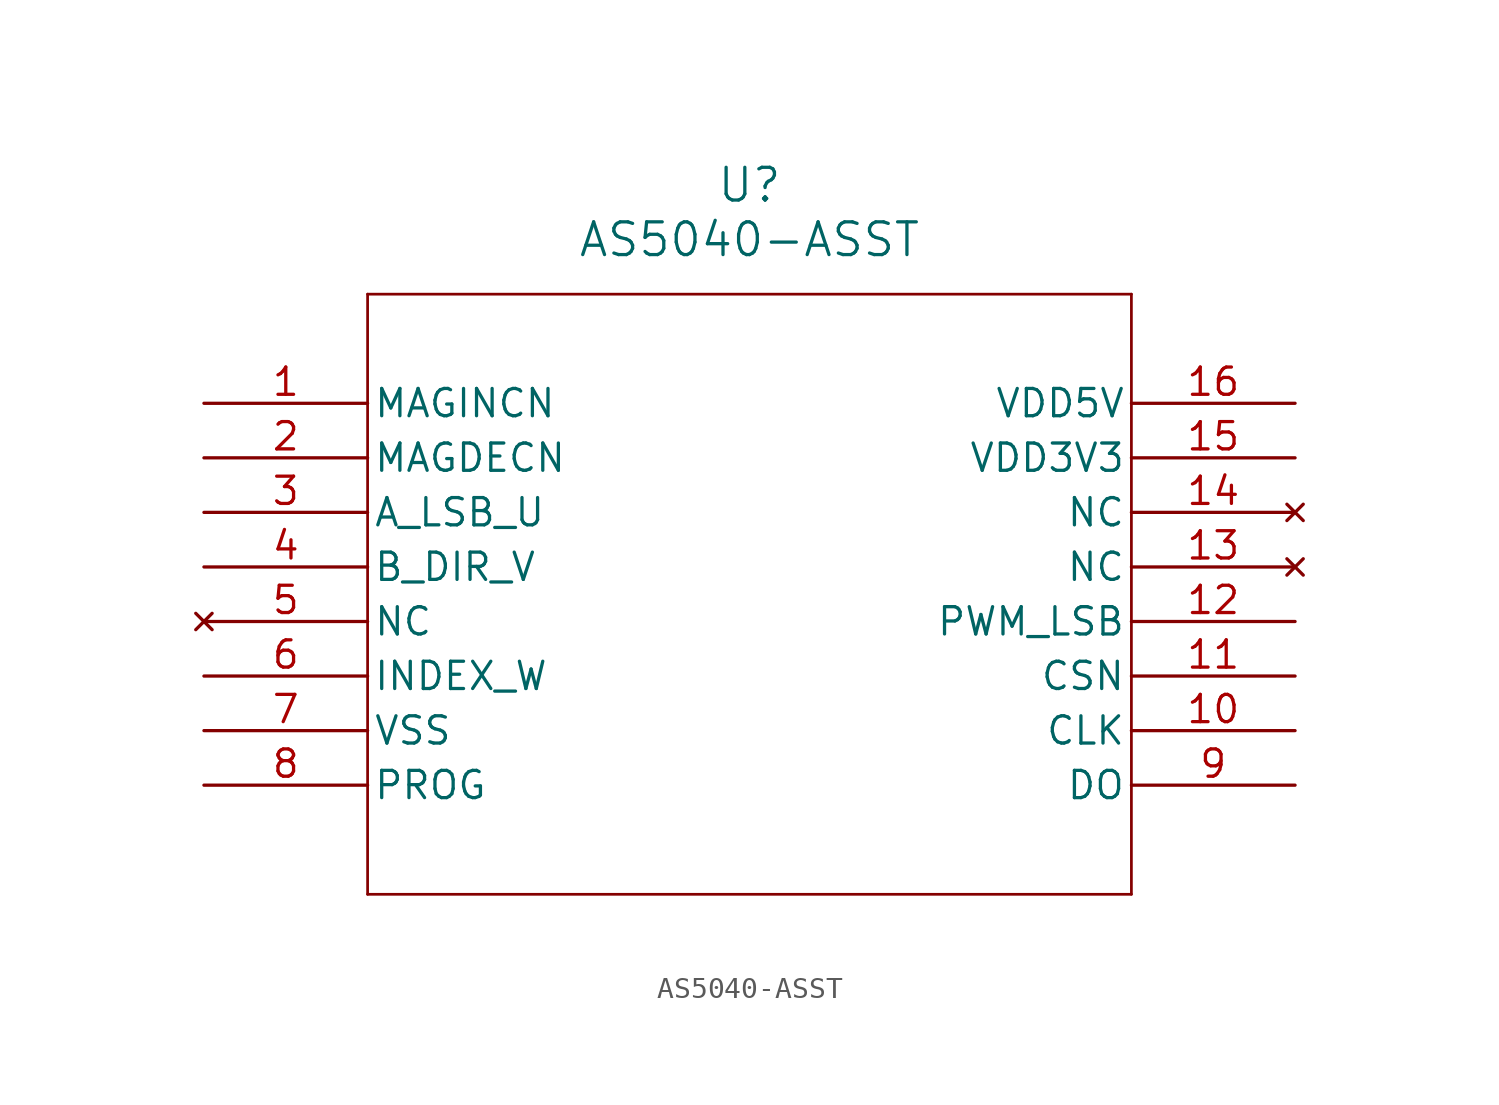
<source format=kicad_sym>
(kicad_symbol_lib
  (version 20241209)
  (generator "kicad_symbol_editor")
  (generator_version "9.0")
  (symbol "AS5040-ASST"
    (pin_names
      (offset 0.254))
    (property "Reference" "U"
      (at 25.4 10.16 0)
      (effects (font (size 1.524 1.524))))
    (property "Value" "AS5040-ASST"
      (at 25.4 7.62 0)
      (effects (font (size 1.524 1.524))))
    (symbol "AS5040-ASST_0_1"
      (polyline (pts (xy 7.62 5.08) (xy 7.62 -22.86)) (stroke (width 0.127) (type default)) (fill (type none)))
      (polyline (pts (xy 7.62 -22.86) (xy 43.18 -22.86)) (stroke (width 0.127) (type default)) (fill (type none)))
      (polyline (pts (xy 43.18 5.08) (xy 7.62 5.08)) (stroke (width 0.127) (type default)) (fill (type none)))
      (polyline (pts (xy 43.18 -22.86) (xy 43.18 5.08)) (stroke (width 0.127) (type default)) (fill (type none)))
      (pin unspecified line (at 0 0 0) (length 7.62) (name "MAGINCN" (effects (font (size 1.27 1.27)))) (number "1" (effects (font (size 1.27 1.27)))))
      (pin unspecified line (at 0 -2.54 0) (length 7.62) (name "MAGDECN" (effects (font (size 1.27 1.27)))) (number "2" (effects (font (size 1.27 1.27)))))
      (pin unspecified line (at 0 -5.08 0) (length 7.62) (name "A_LSB_U" (effects (font (size 1.27 1.27)))) (number "3" (effects (font (size 1.27 1.27)))))
      (pin unspecified line (at 0 -7.62 0) (length 7.62) (name "B_DIR_V" (effects (font (size 1.27 1.27)))) (number "4" (effects (font (size 1.27 1.27)))))
      (pin no_connect line (at 0 -10.16 0) (length 7.62) (name "NC" (effects (font (size 1.27 1.27)))) (number "5" (effects (font (size 1.27 1.27)))))
      (pin unspecified line (at 0 -12.7 0) (length 7.62) (name "INDEX_W" (effects (font (size 1.27 1.27)))) (number "6" (effects (font (size 1.27 1.27)))))
      (pin power_out line (at 0 -15.24 0) (length 7.62) (name "VSS" (effects (font (size 1.27 1.27)))) (number "7" (effects (font (size 1.27 1.27)))))
      (pin unspecified line (at 0 -17.78 0) (length 7.62) (name "PROG" (effects (font (size 1.27 1.27)))) (number "8" (effects (font (size 1.27 1.27)))))
      (pin power_in line (at 50.8 0 180) (length 7.62) (name "VDD5V" (effects (font (size 1.27 1.27)))) (number "16" (effects (font (size 1.27 1.27)))))
      (pin power_in line (at 50.8 -2.54 180) (length 7.62) (name "VDD3V3" (effects (font (size 1.27 1.27)))) (number "15" (effects (font (size 1.27 1.27)))))
      (pin no_connect line (at 50.8 -5.08 180) (length 7.62) (name "NC" (effects (font (size 1.27 1.27)))) (number "14" (effects (font (size 1.27 1.27)))))
      (pin no_connect line (at 50.8 -7.62 180) (length 7.62) (name "NC" (effects (font (size 1.27 1.27)))) (number "13" (effects (font (size 1.27 1.27)))))
      (pin unspecified line (at 50.8 -10.16 180) (length 7.62) (name "PWM_LSB" (effects (font (size 1.27 1.27)))) (number "12" (effects (font (size 1.27 1.27)))))
      (pin unspecified line (at 50.8 -12.7 180) (length 7.62) (name "CSN" (effects (font (size 1.27 1.27)))) (number "11" (effects (font (size 1.27 1.27)))))
      (pin unspecified line (at 50.8 -15.24 180) (length 7.62) (name "CLK" (effects (font (size 1.27 1.27)))) (number "10" (effects (font (size 1.27 1.27)))))
      (pin unspecified line (at 50.8 -17.78 180) (length 7.62) (name "DO" (effects (font (size 1.27 1.27)))) (number "9" (effects (font (size 1.27 1.27))))))))
</source>
